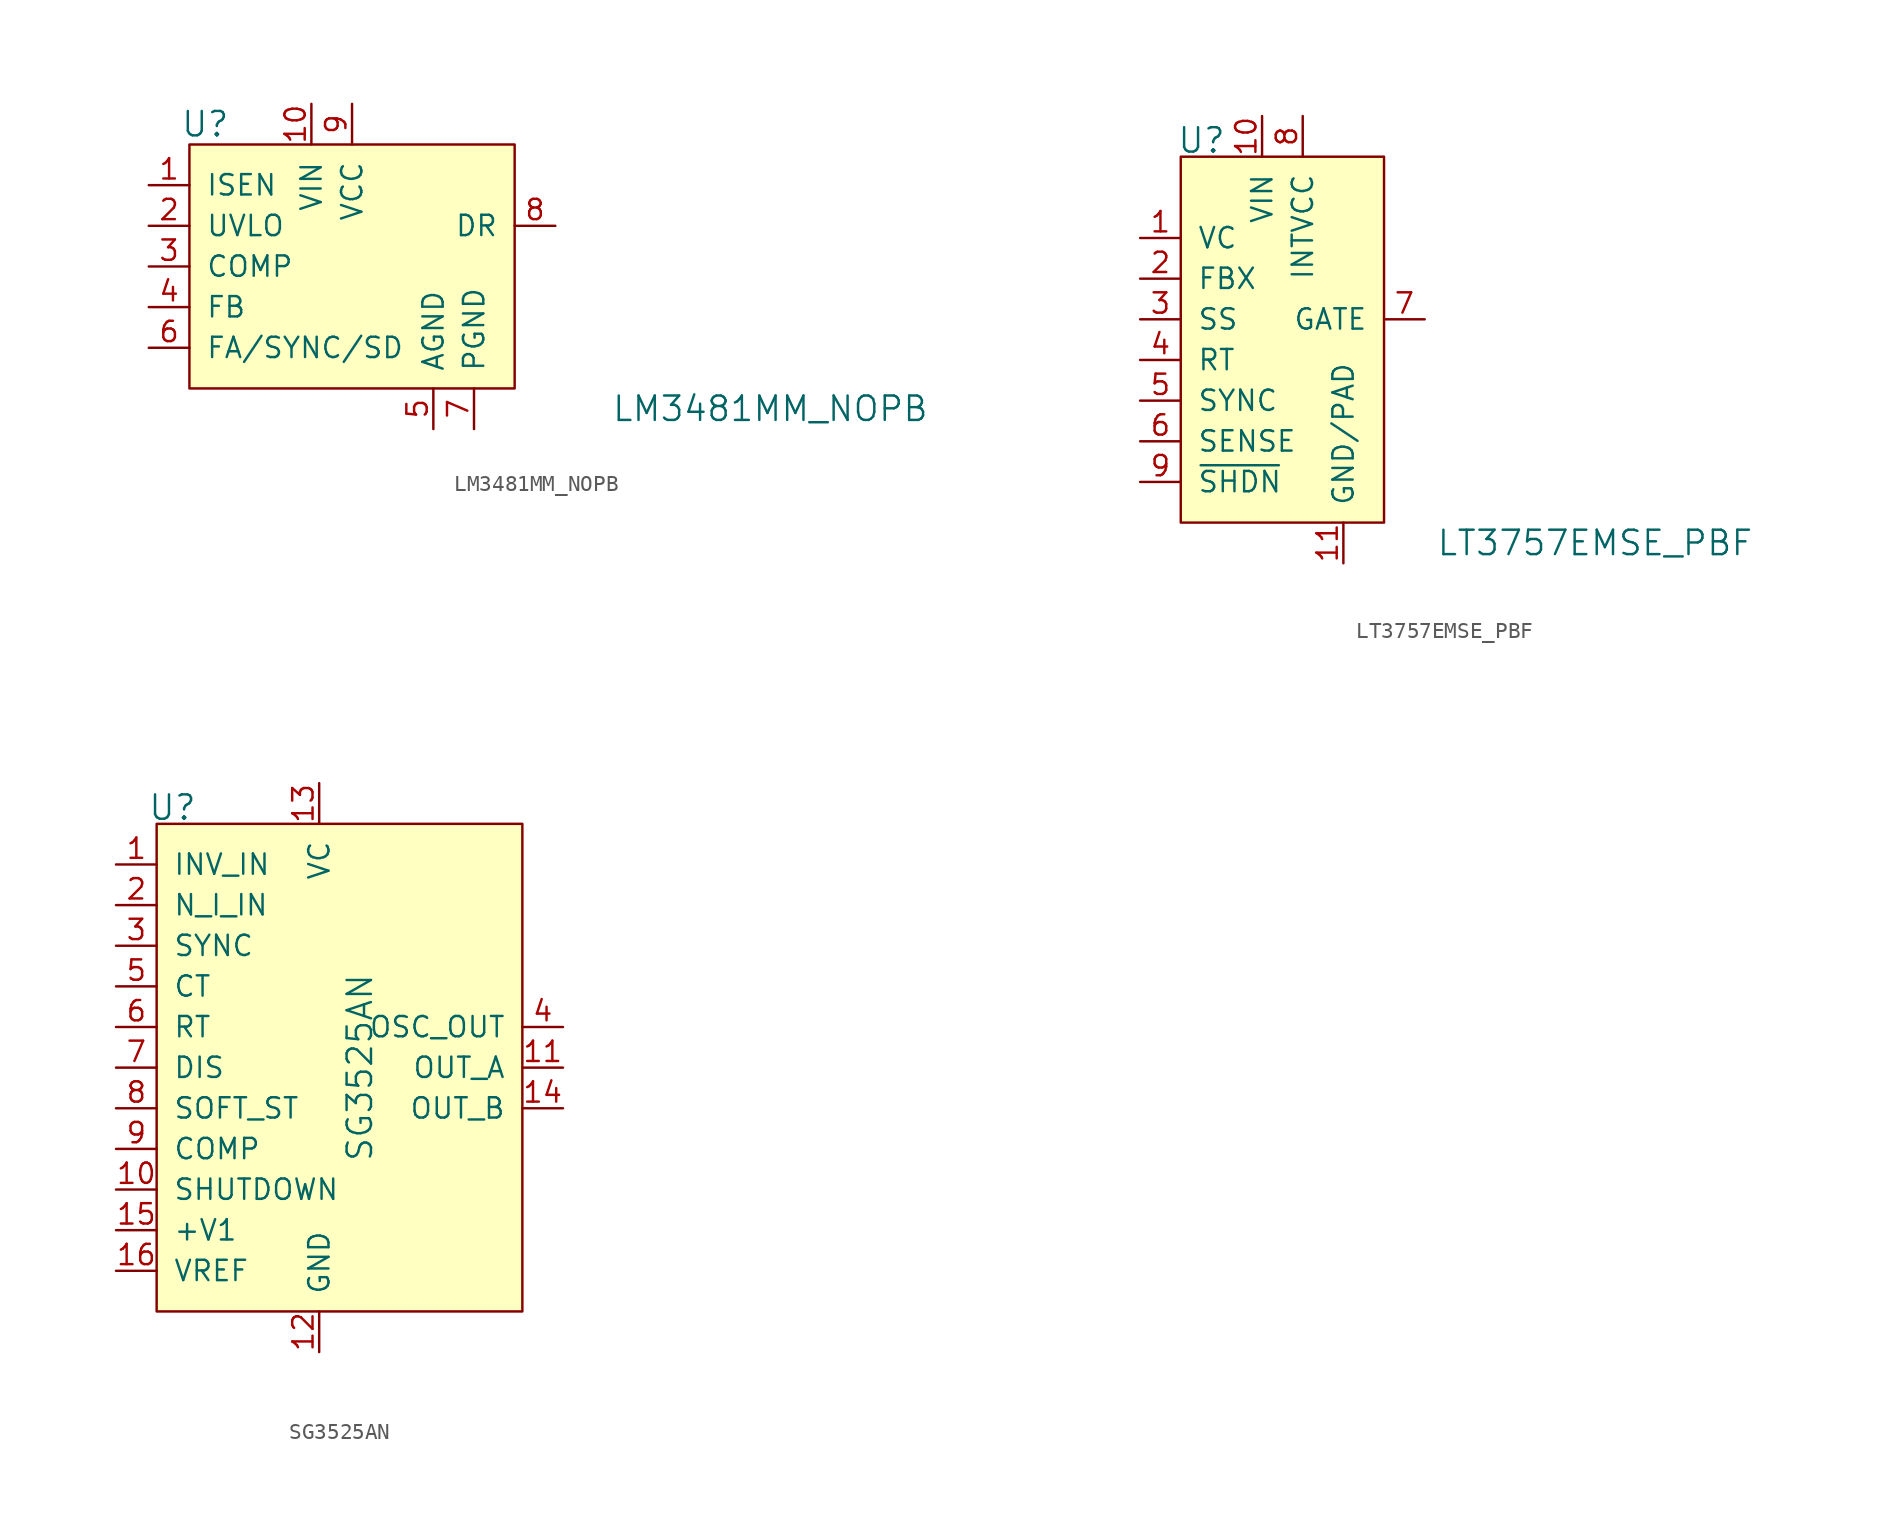
<source format=kicad_sym>
(kicad_symbol_lib
  (version 20211014)
  (generator kicad_symbol_editor)
  (symbol "LM3481MM_NOPB"
    (pin_names
      (offset 1.016))
    (property "Reference" "U"
      (at -5.08 3.81 0)
      (effects (font (size 1.524 1.524)) (justify right)))
    (property "Value" "LM3481MM_NOPB"
      (at 38.608 -13.97 0)
      (effects (font (size 1.524 1.524)) (justify right)))
    (symbol "LM3481MM_NOPB_0_1"
      (rectangle (start -7.62 2.54) (end 12.7 -12.7) (stroke (width 0) (type default) (color 0 0 0 0)) (fill (type background))))
    (symbol "LM3481MM_NOPB_1_1"
      (pin input line (at -10.16 0 0) (length 2.54) (name "ISEN" (effects (font (size 1.27 1.27)))) (number "1" (effects (font (size 1.27 1.27)))))
      (pin power_in line (at 0 5.08 270) (length 2.54) (name "VIN" (effects (font (size 1.27 1.27)))) (number "10" (effects (font (size 1.27 1.27)))))
      (pin input line (at -10.16 -2.54 0) (length 2.54) (name "UVLO" (effects (font (size 1.27 1.27)))) (number "2" (effects (font (size 1.27 1.27)))))
      (pin passive line (at -10.16 -5.08 0) (length 2.54) (name "COMP" (effects (font (size 1.27 1.27)))) (number "3" (effects (font (size 1.27 1.27)))))
      (pin input line (at -10.16 -7.62 0) (length 2.54) (name "FB" (effects (font (size 1.27 1.27)))) (number "4" (effects (font (size 1.27 1.27)))))
      (pin power_in line (at 7.62 -15.24 90) (length 2.54) (name "AGND" (effects (font (size 1.27 1.27)))) (number "5" (effects (font (size 1.27 1.27)))))
      (pin passive line (at -10.16 -10.16 0) (length 2.54) (name "FA/SYNC/SD" (effects (font (size 1.27 1.27)))) (number "6" (effects (font (size 1.27 1.27)))))
      (pin power_in line (at 10.16 -15.24 90) (length 2.54) (name "PGND" (effects (font (size 1.27 1.27)))) (number "7" (effects (font (size 1.27 1.27)))))
      (pin output line (at 15.24 -2.54 180) (length 2.54) (name "DR" (effects (font (size 1.27 1.27)))) (number "8" (effects (font (size 1.27 1.27)))))
      (pin power_in line (at 2.54 5.08 270) (length 2.54) (name "VCC" (effects (font (size 1.27 1.27)))) (number "9" (effects (font (size 1.27 1.27)))))))
  (symbol "LT3757EMSE_PBF"
    (pin_names
      (offset 1.016))
    (property "Reference" "U"
      (at -5.334 3.556 0)
      (effects (font (size 1.524 1.524)) (justify left)))
    (property "Value" "LT3757EMSE_PBF"
      (at 30.734 -21.59 0)
      (effects (font (size 1.524 1.524)) (justify right)))
    (symbol "LT3757EMSE_PBF_0_1"
      (rectangle (start -5.08 2.54) (end 7.62 -20.32) (stroke (width 0) (type default) (color 0 0 0 0)) (fill (type background))))
    (symbol "LT3757EMSE_PBF_1_1"
      (pin input line (at -7.62 -2.54 0) (length 2.54) (name "VC" (effects (font (size 1.27 1.27)))) (number "1" (effects (font (size 1.27 1.27)))))
      (pin power_in line (at 0 5.08 270) (length 2.54) (name "VIN" (effects (font (size 1.27 1.27)))) (number "10" (effects (font (size 1.27 1.27)))))
      (pin power_in line (at 5.08 -22.86 90) (length 2.54) (name "GND/PAD" (effects (font (size 1.27 1.27)))) (number "11" (effects (font (size 1.27 1.27)))))
      (pin input line (at -7.62 -5.08 0) (length 2.54) (name "FBX" (effects (font (size 1.27 1.27)))) (number "2" (effects (font (size 1.27 1.27)))))
      (pin input line (at -7.62 -7.62 0) (length 2.54) (name "SS" (effects (font (size 1.27 1.27)))) (number "3" (effects (font (size 1.27 1.27)))))
      (pin input line (at -7.62 -10.16 0) (length 2.54) (name "RT" (effects (font (size 1.27 1.27)))) (number "4" (effects (font (size 1.27 1.27)))))
      (pin input line (at -7.62 -12.7 0) (length 2.54) (name "SYNC" (effects (font (size 1.27 1.27)))) (number "5" (effects (font (size 1.27 1.27)))))
      (pin input line (at -7.62 -15.24 0) (length 2.54) (name "SENSE" (effects (font (size 1.27 1.27)))) (number "6" (effects (font (size 1.27 1.27)))))
      (pin output line (at 10.16 -7.62 180) (length 2.54) (name "GATE" (effects (font (size 1.27 1.27)))) (number "7" (effects (font (size 1.27 1.27)))))
      (pin power_in line (at 2.54 5.08 270) (length 2.54) (name "INTVCC" (effects (font (size 1.27 1.27)))) (number "8" (effects (font (size 1.27 1.27)))))
      (pin input line (at -7.62 -17.78 0) (length 2.54) (name "~{SHDN}" (effects (font (size 1.27 1.27)))) (number "9" (effects (font (size 1.27 1.27)))))))
  (symbol "SG3525AN"
    (pin_names
      (offset 1.016))
    (property "Reference" "U"
      (at -7.62 6.096 0)
      (effects (font (size 1.524 1.524)) (justify right)))
    (property "Value" "SG3525AN"
      (at 2.54 -10.16 90)
      (effects (font (size 1.524 1.524))))
    (symbol "SG3525AN_0_1"
      (rectangle (start -10.16 5.08) (end 12.7 -25.4) (stroke (width 0) (type default) (color 0 0 0 0)) (fill (type background))))
    (symbol "SG3525AN_1_1"
      (pin input line (at -12.7 2.54 0) (length 2.54) (name "INV_IN" (effects (font (size 1.27 1.27)))) (number "1" (effects (font (size 1.27 1.27)))))
      (pin input line (at -12.7 -17.78 0) (length 2.54) (name "SHUTDOWN" (effects (font (size 1.27 1.27)))) (number "10" (effects (font (size 1.27 1.27)))))
      (pin output line (at 15.24 -10.16 180) (length 2.54) (name "OUT_A" (effects (font (size 1.27 1.27)))) (number "11" (effects (font (size 1.27 1.27)))))
      (pin power_in line (at 0 -27.94 90) (length 2.54) (name "GND" (effects (font (size 1.27 1.27)))) (number "12" (effects (font (size 1.27 1.27)))))
      (pin power_in line (at 0 7.62 270) (length 2.54) (name "VC" (effects (font (size 1.27 1.27)))) (number "13" (effects (font (size 1.27 1.27)))))
      (pin output line (at 15.24 -12.7 180) (length 2.54) (name "OUT_B" (effects (font (size 1.27 1.27)))) (number "14" (effects (font (size 1.27 1.27)))))
      (pin input line (at -12.7 -20.32 0) (length 2.54) (name "+V1" (effects (font (size 1.27 1.27)))) (number "15" (effects (font (size 1.27 1.27)))))
      (pin input line (at -12.7 -22.86 0) (length 2.54) (name "VREF" (effects (font (size 1.27 1.27)))) (number "16" (effects (font (size 1.27 1.27)))))
      (pin input line (at -12.7 0 0) (length 2.54) (name "N_I_IN" (effects (font (size 1.27 1.27)))) (number "2" (effects (font (size 1.27 1.27)))))
      (pin input line (at -12.7 -2.54 0) (length 2.54) (name "SYNC" (effects (font (size 1.27 1.27)))) (number "3" (effects (font (size 1.27 1.27)))))
      (pin output line (at 15.24 -7.62 180) (length 2.54) (name "OSC_OUT" (effects (font (size 1.27 1.27)))) (number "4" (effects (font (size 1.27 1.27)))))
      (pin input line (at -12.7 -5.08 0) (length 2.54) (name "CT" (effects (font (size 1.27 1.27)))) (number "5" (effects (font (size 1.27 1.27)))))
      (pin input line (at -12.7 -7.62 0) (length 2.54) (name "RT" (effects (font (size 1.27 1.27)))) (number "6" (effects (font (size 1.27 1.27)))))
      (pin input line (at -12.7 -10.16 0) (length 2.54) (name "DIS" (effects (font (size 1.27 1.27)))) (number "7" (effects (font (size 1.27 1.27)))))
      (pin input line (at -12.7 -12.7 0) (length 2.54) (name "SOFT_ST" (effects (font (size 1.27 1.27)))) (number "8" (effects (font (size 1.27 1.27)))))
      (pin input line (at -12.7 -15.24 0) (length 2.54) (name "COMP" (effects (font (size 1.27 1.27)))) (number "9" (effects (font (size 1.27 1.27))))))))
</source>
